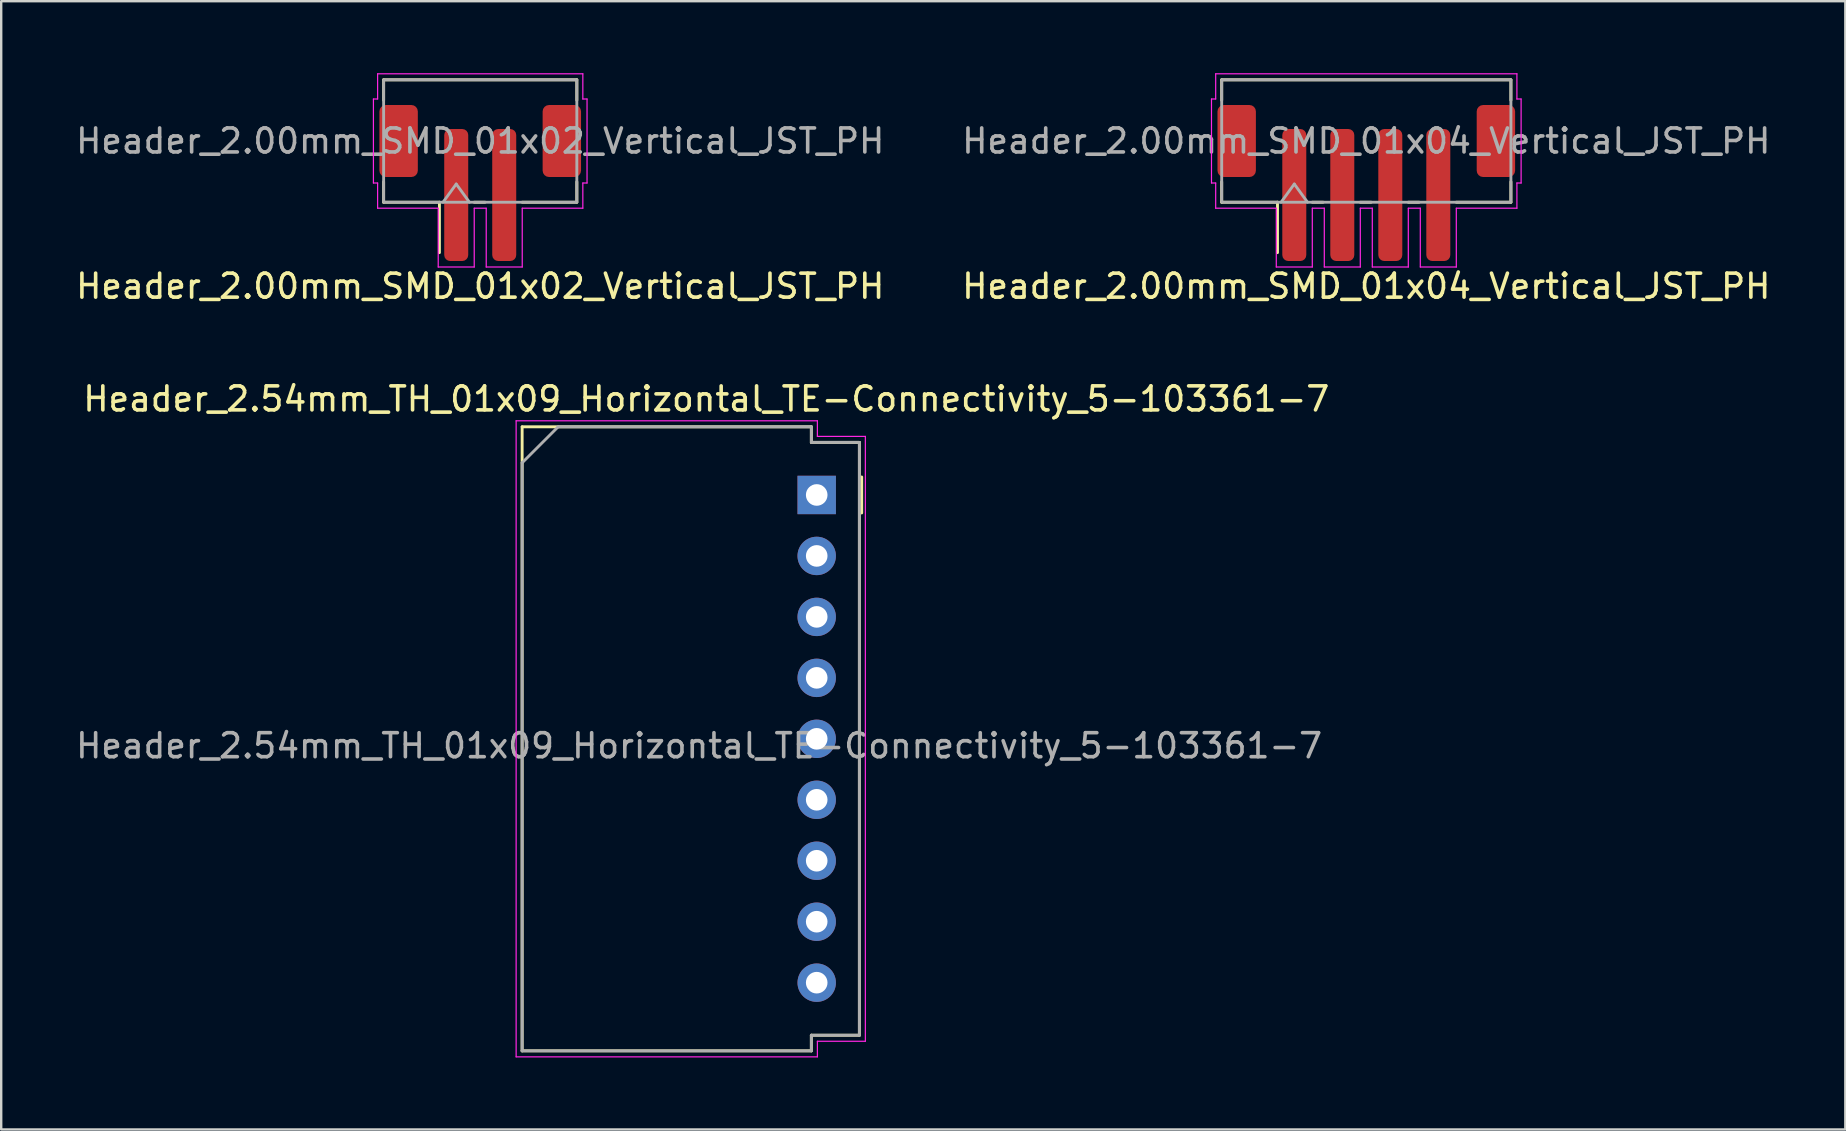
<source format=kicad_pcb>
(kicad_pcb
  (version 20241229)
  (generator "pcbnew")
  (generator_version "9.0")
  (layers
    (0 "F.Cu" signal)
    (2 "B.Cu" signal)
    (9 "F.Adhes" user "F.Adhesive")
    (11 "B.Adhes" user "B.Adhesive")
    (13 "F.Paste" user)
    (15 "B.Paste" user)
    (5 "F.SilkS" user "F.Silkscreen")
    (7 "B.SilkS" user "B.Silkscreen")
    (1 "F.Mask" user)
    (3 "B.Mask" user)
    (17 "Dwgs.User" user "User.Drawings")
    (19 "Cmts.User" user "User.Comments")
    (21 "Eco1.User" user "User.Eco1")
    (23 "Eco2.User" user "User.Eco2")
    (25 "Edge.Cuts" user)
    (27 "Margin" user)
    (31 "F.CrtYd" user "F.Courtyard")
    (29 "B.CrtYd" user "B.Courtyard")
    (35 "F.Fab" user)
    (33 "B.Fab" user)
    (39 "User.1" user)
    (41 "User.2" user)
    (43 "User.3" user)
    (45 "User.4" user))
  (footprint "Header_2.54mm_TH_01x09_Horizontal_TE-Connectivity_5-103361-7"
    (layer "F.Cu")
    (at 30.977 17.572)
    (property "Reference" "Header_2.54mm_TH_01x09_Horizontal_TE-Connectivity_5-103361-7" (at -4.6 -4 0) (unlocked yes) (layer "F.SilkS") (effects (font (size 1 1) (thickness 0.15))))
    (attr through_hole)
    (fp_line (start -12.273 -2.84) (end -12.273 23.16) (stroke (width 0.12) (type solid)) (layer "F.SilkS"))
    (fp_line (start -12.273 23.16) (end -0.223 23.16) (stroke (width 0.12) (type solid)) (layer "F.SilkS"))
    (fp_line (start -0.223 -2.84) (end -12.273 -2.84) (stroke (width 0.12) (type solid)) (layer "F.SilkS"))
    (fp_line (start -0.223 -2.19) (end -0.223 -2.84) (stroke (width 0.12) (type solid)) (layer "F.SilkS"))
    (fp_line (start -0.223 22.51) (end -0.223 23.16) (stroke (width 0.12) (type solid)) (layer "F.SilkS"))
    (fp_line (start 1.778 -2.19) (end -0.223 -2.19) (stroke (width 0.12) (type solid)) (layer "F.SilkS"))
    (fp_line (start 1.778 22.51) (end -0.223 22.51) (stroke (width 0.12) (type solid)) (layer "F.SilkS"))
    (fp_line (start 1.778 22.51) (end 1.778 -2.19) (stroke (width 0.12) (type solid)) (layer "F.SilkS"))
    (fp_line (start 1.875 -0.75) (end 1.875 0.75) (stroke (width 0.12) (type solid)) (layer "F.SilkS"))
    (fp_line (start -12.523 -3.09) (end 0.028 -3.09) (stroke (width 0.05) (type solid)) (layer "F.CrtYd"))
    (fp_line (start -12.523 23.41) (end -12.523 -3.09) (stroke (width 0.05) (type solid)) (layer "F.CrtYd"))
    (fp_line (start 0.028 -3.09) (end 0.028 -2.44) (stroke (width 0.05) (type solid)) (layer "F.CrtYd"))
    (fp_line (start 0.028 -2.44) (end 2.027 -2.44) (stroke (width 0.05) (type solid)) (layer "F.CrtYd"))
    (fp_line (start 0.028 22.76) (end 0.028 23.41) (stroke (width 0.05) (type solid)) (layer "F.CrtYd"))
    (fp_line (start 0.028 23.41) (end -12.523 23.41) (stroke (width 0.05) (type solid)) (layer "F.CrtYd"))
    (fp_line (start 2.027 -2.44) (end 2.027 22.76) (stroke (width 0.05) (type solid)) (layer "F.CrtYd"))
    (fp_line (start 2.027 22.76) (end 0.028 22.76) (stroke (width 0.05) (type solid)) (layer "F.CrtYd"))
    (fp_line (start -12.273 -1.34) (end -12.273 23.16) (stroke (width 0.12) (type solid)) (layer "F.Fab"))
    (fp_line (start -12.273 -1.34) (end -10.773 -2.84) (stroke (width 0.12) (type solid)) (layer "F.Fab"))
    (fp_line (start -12.273 23.16) (end -0.223 23.16) (stroke (width 0.12) (type solid)) (layer "F.Fab"))
    (fp_line (start -0.223 -2.84) (end -10.773 -2.84) (stroke (width 0.12) (type solid)) (layer "F.Fab"))
    (fp_line (start -0.223 -2.19) (end -0.223 -2.84) (stroke (width 0.12) (type solid)) (layer "F.Fab"))
    (fp_line (start -0.223 22.51) (end -0.223 23.16) (stroke (width 0.12) (type solid)) (layer "F.Fab"))
    (fp_line (start 1.778 -2.19) (end -0.223 -2.19) (stroke (width 0.12) (type solid)) (layer "F.Fab"))
    (fp_line (start 1.778 22.51) (end -0.223 22.51) (stroke (width 0.12) (type solid)) (layer "F.Fab"))
    (fp_line (start 1.778 22.51) (end 1.778 -2.19) (stroke (width 0.12) (type solid)) (layer "F.Fab"))
    (fp_text user "${REFERENCE}" (at -4.9 10.45 0) (unlocked yes) (layer "F.Fab") (effects (font (size 1 1) (thickness 0.15))))
    (pad "1" thru_hole rect (at 0 0) (size 1.6 1.6) (drill 0.9) (layers "*.Cu" "*.Mask"))
    (pad "2" thru_hole circle (at 0 2.54) (size 1.6 1.6) (drill 0.9) (layers "*.Cu" "*.Mask"))
    (pad "3" thru_hole circle (at 0 5.08) (size 1.6 1.6) (drill 0.9) (layers "*.Cu" "*.Mask"))
    (pad "4" thru_hole circle (at 0 7.62) (size 1.6 1.6) (drill 0.9) (layers "*.Cu" "*.Mask"))
    (pad "5" thru_hole circle (at 0 10.16) (size 1.6 1.6) (drill 0.9) (layers "*.Cu" "*.Mask"))
    (pad "6" thru_hole circle (at 0 12.7) (size 1.6 1.6) (drill 0.9) (layers "*.Cu" "*.Mask"))
    (pad "7" thru_hole circle (at 0 15.24) (size 1.6 1.6) (drill 0.9) (layers "*.Cu" "*.Mask"))
    (pad "8" thru_hole circle (at 0 17.78) (size 1.6 1.6) (drill 0.9) (layers "*.Cu" "*.Mask"))
    (pad "9" thru_hole circle (at 0 20.32) (size 1.6 1.6) (drill 0.9) (layers "*.Cu" "*.Mask")))
  (footprint "Header_2.00mm_SMD_01x02_Vertical_JST_PH"
    (layer "F.Cu")
    (at 16.958 2.825)
    (property "Reference" "Header_2.00mm_SMD_01x02_Vertical_JST_PH" (at 0 6.05 180) (layer "F.SilkS") (effects (font (size 1 1) (thickness 0.15))))
    (attr smd)
    (fp_line (start -4.025 -2.55) (end -4.025 -1.7) (stroke (width 0.12) (type solid)) (layer "F.SilkS"))
    (fp_line (start -4.025 -2.55) (end 4.025 -2.55) (stroke (width 0.12) (type solid)) (layer "F.SilkS"))
    (fp_line (start -4.025 2.55) (end -4.025 1.7) (stroke (width 0.12) (type solid)) (layer "F.SilkS"))
    (fp_line (start -4.025 2.55) (end -1.7 2.55) (stroke (width 0.12) (type solid)) (layer "F.SilkS"))
    (fp_line (start -1.7 4.65) (end -1.7 2.55) (stroke (width 0.12) (type solid)) (layer "F.SilkS"))
    (fp_line (start -0.25 2.55) (end 0.2 2.55) (stroke (width 0.12) (type solid)) (layer "F.SilkS"))
    (fp_line (start 4.025 -2.55) (end 4.025 -1.7) (stroke (width 0.12) (type solid)) (layer "F.SilkS"))
    (fp_line (start 4.025 2.55) (end 1.75 2.55) (stroke (width 0.12) (type solid)) (layer "F.SilkS"))
    (fp_line (start 4.025 2.55) (end 4.025 1.7) (stroke (width 0.12) (type solid)) (layer "F.SilkS"))
    (fp_line (start -4.45 -1.75) (end -4.45 1.75) (stroke (width 0.05) (type solid)) (layer "F.CrtYd"))
    (fp_line (start -4.45 -1.75) (end -4.275 -1.75) (stroke (width 0.05) (type solid)) (layer "F.CrtYd"))
    (fp_line (start -4.45 1.75) (end -4.275 1.75) (stroke (width 0.05) (type solid)) (layer "F.CrtYd"))
    (fp_line (start -4.275 -2.8) (end -4.275 -1.75) (stroke (width 0.05) (type solid)) (layer "F.CrtYd"))
    (fp_line (start -4.275 1.75) (end -4.275 2.8) (stroke (width 0.05) (type solid)) (layer "F.CrtYd"))
    (fp_line (start -4.275 2.8) (end -1.75 2.8) (stroke (width 0.05) (type solid)) (layer "F.CrtYd"))
    (fp_line (start -1.75 5.25) (end -1.75 2.8) (stroke (width 0.05) (type solid)) (layer "F.CrtYd"))
    (fp_line (start -1.75 5.25) (end -0.25 5.25) (stroke (width 0.05) (type solid)) (layer "F.CrtYd"))
    (fp_line (start -0.25 2.8) (end -0.25 5.25) (stroke (width 0.05) (type solid)) (layer "F.CrtYd"))
    (fp_line (start -0.25 2.8) (end 0.25 2.8) (stroke (width 0.05) (type solid)) (layer "F.CrtYd"))
    (fp_line (start 0.25 2.8) (end 0.25 5.25) (stroke (width 0.05) (type solid)) (layer "F.CrtYd"))
    (fp_line (start 0.25 5.25) (end 1.75 5.25) (stroke (width 0.05) (type solid)) (layer "F.CrtYd"))
    (fp_line (start 1.75 2.8) (end 4.275 2.8) (stroke (width 0.05) (type solid)) (layer "F.CrtYd"))
    (fp_line (start 1.75 5.25) (end 1.75 2.8) (stroke (width 0.05) (type solid)) (layer "F.CrtYd"))
    (fp_line (start 4.275 -2.8) (end -4.275 -2.8) (stroke (width 0.05) (type solid)) (layer "F.CrtYd"))
    (fp_line (start 4.275 -1.75) (end 4.275 -2.8) (stroke (width 0.05) (type solid)) (layer "F.CrtYd"))
    (fp_line (start 4.275 2.8) (end 4.275 1.75) (stroke (width 0.05) (type solid)) (layer "F.CrtYd"))
    (fp_line (start 4.45 -1.75) (end 4.275 -1.75) (stroke (width 0.05) (type solid)) (layer "F.CrtYd"))
    (fp_line (start 4.45 1.75) (end 4.275 1.75) (stroke (width 0.05) (type solid)) (layer "F.CrtYd"))
    (fp_line (start 4.45 1.75) (end 4.45 -1.75) (stroke (width 0.05) (type solid)) (layer "F.CrtYd"))
    (fp_line (start -1 1.793) (end -1.55 2.55) (stroke (width 0.12) (type solid)) (layer "F.Fab"))
    (fp_line (start -0.45 2.55) (end -1 1.793) (stroke (width 0.12) (type solid)) (layer "F.Fab"))
    (fp_rect (start 4.025 -2.55) (end -4.025 2.55) (stroke (width 0.12) (type default)) (fill no) (layer "F.Fab"))
    (fp_text user "${REFERENCE}" (at 0 0 180) (layer "F.Fab") (effects (font (size 1 1) (thickness 0.15))))
    (pad "1" smd roundrect (at -1 2.25 180) (size 1 5.5) (layers "F.Cu" "F.Mask" "F.Paste") (roundrect_rratio 0.25))
    (pad "2" smd roundrect (at 1 2.25 180) (size 1 5.5) (layers "F.Cu" "F.Mask" "F.Paste") (roundrect_rratio 0.25))
    (pad "MP" smd roundrect (at -3.4 0 180) (size 1.6 3) (layers "F.Cu" "F.Mask" "F.Paste") (roundrect_rratio 0.167))
    (pad "MP" smd roundrect (at 3.4 0 180) (size 1.6 3) (layers "F.Cu" "F.Mask" "F.Paste") (roundrect_rratio 0.167)))
  (footprint "Header_2.00mm_SMD_01x04_Vertical_JST_PH"
    (layer "F.Cu")
    (at 53.875 2.825)
    (property "Reference" "Header_2.00mm_SMD_01x04_Vertical_JST_PH" (at 0 6.05 180) (layer "F.SilkS") (effects (font (size 1 1) (thickness 0.15))))
    (attr smd)
    (fp_line (start -6.025 -2.55) (end -6.025 -1.7) (stroke (width 0.12) (type solid)) (layer "F.SilkS"))
    (fp_line (start -6.025 -2.55) (end 6.025 -2.55) (stroke (width 0.12) (type solid)) (layer "F.SilkS"))
    (fp_line (start -6.025 2.55) (end -6.025 1.7) (stroke (width 0.12) (type solid)) (layer "F.SilkS"))
    (fp_line (start -6.025 2.55) (end -3.7 2.55) (stroke (width 0.12) (type solid)) (layer "F.SilkS"))
    (fp_line (start -3.7 4.65) (end -3.7 2.55) (stroke (width 0.12) (type solid)) (layer "F.SilkS"))
    (fp_line (start -2.25 2.55) (end -1.8 2.55) (stroke (width 0.12) (type solid)) (layer "F.SilkS"))
    (fp_line (start -0.25 2.55) (end 0.2 2.55) (stroke (width 0.12) (type solid)) (layer "F.SilkS"))
    (fp_line (start 1.75 2.55) (end 2.2 2.55) (stroke (width 0.12) (type solid)) (layer "F.SilkS"))
    (fp_line (start 6.025 -2.55) (end 6.025 -1.7) (stroke (width 0.12) (type solid)) (layer "F.SilkS"))
    (fp_line (start 6.025 2.55) (end 3.75 2.55) (stroke (width 0.12) (type solid)) (layer "F.SilkS"))
    (fp_line (start 6.025 2.55) (end 6.025 1.7) (stroke (width 0.12) (type solid)) (layer "F.SilkS"))
    (fp_line (start -6.45 -1.75) (end -6.45 1.75) (stroke (width 0.05) (type solid)) (layer "F.CrtYd"))
    (fp_line (start -6.45 -1.75) (end -6.275 -1.75) (stroke (width 0.05) (type solid)) (layer "F.CrtYd"))
    (fp_line (start -6.45 1.75) (end -6.275 1.75) (stroke (width 0.05) (type solid)) (layer "F.CrtYd"))
    (fp_line (start -6.275 -2.8) (end -6.275 -1.75) (stroke (width 0.05) (type solid)) (layer "F.CrtYd"))
    (fp_line (start -6.275 1.75) (end -6.275 2.8) (stroke (width 0.05) (type solid)) (layer "F.CrtYd"))
    (fp_line (start -6.275 2.8) (end -3.75 2.8) (stroke (width 0.05) (type solid)) (layer "F.CrtYd"))
    (fp_line (start -3.75 5.25) (end -3.75 2.8) (stroke (width 0.05) (type solid)) (layer "F.CrtYd"))
    (fp_line (start -3.75 5.25) (end -2.25 5.25) (stroke (width 0.05) (type solid)) (layer "F.CrtYd"))
    (fp_line (start -2.25 2.8) (end -2.25 5.25) (stroke (width 0.05) (type solid)) (layer "F.CrtYd"))
    (fp_line (start -2.25 2.8) (end -1.75 2.8) (stroke (width 0.05) (type solid)) (layer "F.CrtYd"))
    (fp_line (start -1.75 2.8) (end -1.75 5.25) (stroke (width 0.05) (type solid)) (layer "F.CrtYd"))
    (fp_line (start -1.75 5.25) (end -0.25 5.25) (stroke (width 0.05) (type solid)) (layer "F.CrtYd"))
    (fp_line (start -0.25 2.8) (end 0.25 2.8) (stroke (width 0.05) (type solid)) (layer "F.CrtYd"))
    (fp_line (start -0.25 5.25) (end -0.25 2.8) (stroke (width 0.05) (type solid)) (layer "F.CrtYd"))
    (fp_line (start 0.25 2.8) (end 0.25 5.25) (stroke (width 0.05) (type solid)) (layer "F.CrtYd"))
    (fp_line (start 0.25 5.25) (end 1.75 5.25) (stroke (width 0.05) (type solid)) (layer "F.CrtYd"))
    (fp_line (start 1.75 2.8) (end 2.25 2.8) (stroke (width 0.05) (type solid)) (layer "F.CrtYd"))
    (fp_line (start 1.75 5.25) (end 1.75 2.8) (stroke (width 0.05) (type solid)) (layer "F.CrtYd"))
    (fp_line (start 2.25 2.8) (end 2.25 5.25) (stroke (width 0.05) (type solid)) (layer "F.CrtYd"))
    (fp_line (start 2.25 5.25) (end 3.75 5.25) (stroke (width 0.05) (type solid)) (layer "F.CrtYd"))
    (fp_line (start 3.75 2.8) (end 6.275 2.8) (stroke (width 0.05) (type solid)) (layer "F.CrtYd"))
    (fp_line (start 3.75 5.25) (end 3.75 2.8) (stroke (width 0.05) (type solid)) (layer "F.CrtYd"))
    (fp_line (start 6.275 -2.8) (end -6.275 -2.8) (stroke (width 0.05) (type solid)) (layer "F.CrtYd"))
    (fp_line (start 6.275 -1.75) (end 6.275 -2.8) (stroke (width 0.05) (type solid)) (layer "F.CrtYd"))
    (fp_line (start 6.275 2.8) (end 6.275 1.75) (stroke (width 0.05) (type solid)) (layer "F.CrtYd"))
    (fp_line (start 6.45 -1.75) (end 6.275 -1.75) (stroke (width 0.05) (type solid)) (layer "F.CrtYd"))
    (fp_line (start 6.45 1.75) (end 6.275 1.75) (stroke (width 0.05) (type solid)) (layer "F.CrtYd"))
    (fp_line (start 6.45 1.75) (end 6.45 -1.75) (stroke (width 0.05) (type solid)) (layer "F.CrtYd"))
    (fp_line (start -3 1.793) (end -3.55 2.55) (stroke (width 0.12) (type solid)) (layer "F.Fab"))
    (fp_line (start -2.45 2.55) (end -3 1.793) (stroke (width 0.12) (type solid)) (layer "F.Fab"))
    (fp_rect (start 6.025 -2.55) (end -6.025 2.55) (stroke (width 0.12) (type default)) (fill no) (layer "F.Fab"))
    (fp_text user "${REFERENCE}" (at 0 0 180) (layer "F.Fab") (effects (font (size 1 1) (thickness 0.15))))
    (pad "1" smd roundrect (at -3 2.25 180) (size 1 5.5) (layers "F.Cu" "F.Mask" "F.Paste") (roundrect_rratio 0.25))
    (pad "2" smd roundrect (at -1 2.25 180) (size 1 5.5) (layers "F.Cu" "F.Mask" "F.Paste") (roundrect_rratio 0.25))
    (pad "3" smd roundrect (at 1 2.25 180) (size 1 5.5) (layers "F.Cu" "F.Mask" "F.Paste") (roundrect_rratio 0.25))
    (pad "4" smd roundrect (at 3 2.25 180) (size 1 5.5) (layers "F.Cu" "F.Mask" "F.Paste") (roundrect_rratio 0.25))
    (pad "MP" smd roundrect (at -5.4 0 180) (size 1.6 3) (layers "F.Cu" "F.Mask" "F.Paste") (roundrect_rratio 0.167))
    (pad "MP" smd roundrect (at 5.4 0 180) (size 1.6 3) (layers "F.Cu" "F.Mask" "F.Paste") (roundrect_rratio 0.167)))
  (gr_rect
    (start -3 -3)
    (end 73.833 44.007)
    (stroke (width 0.1) (type default))
    (fill no)
    (layer "Edge.Cuts")))
</source>
